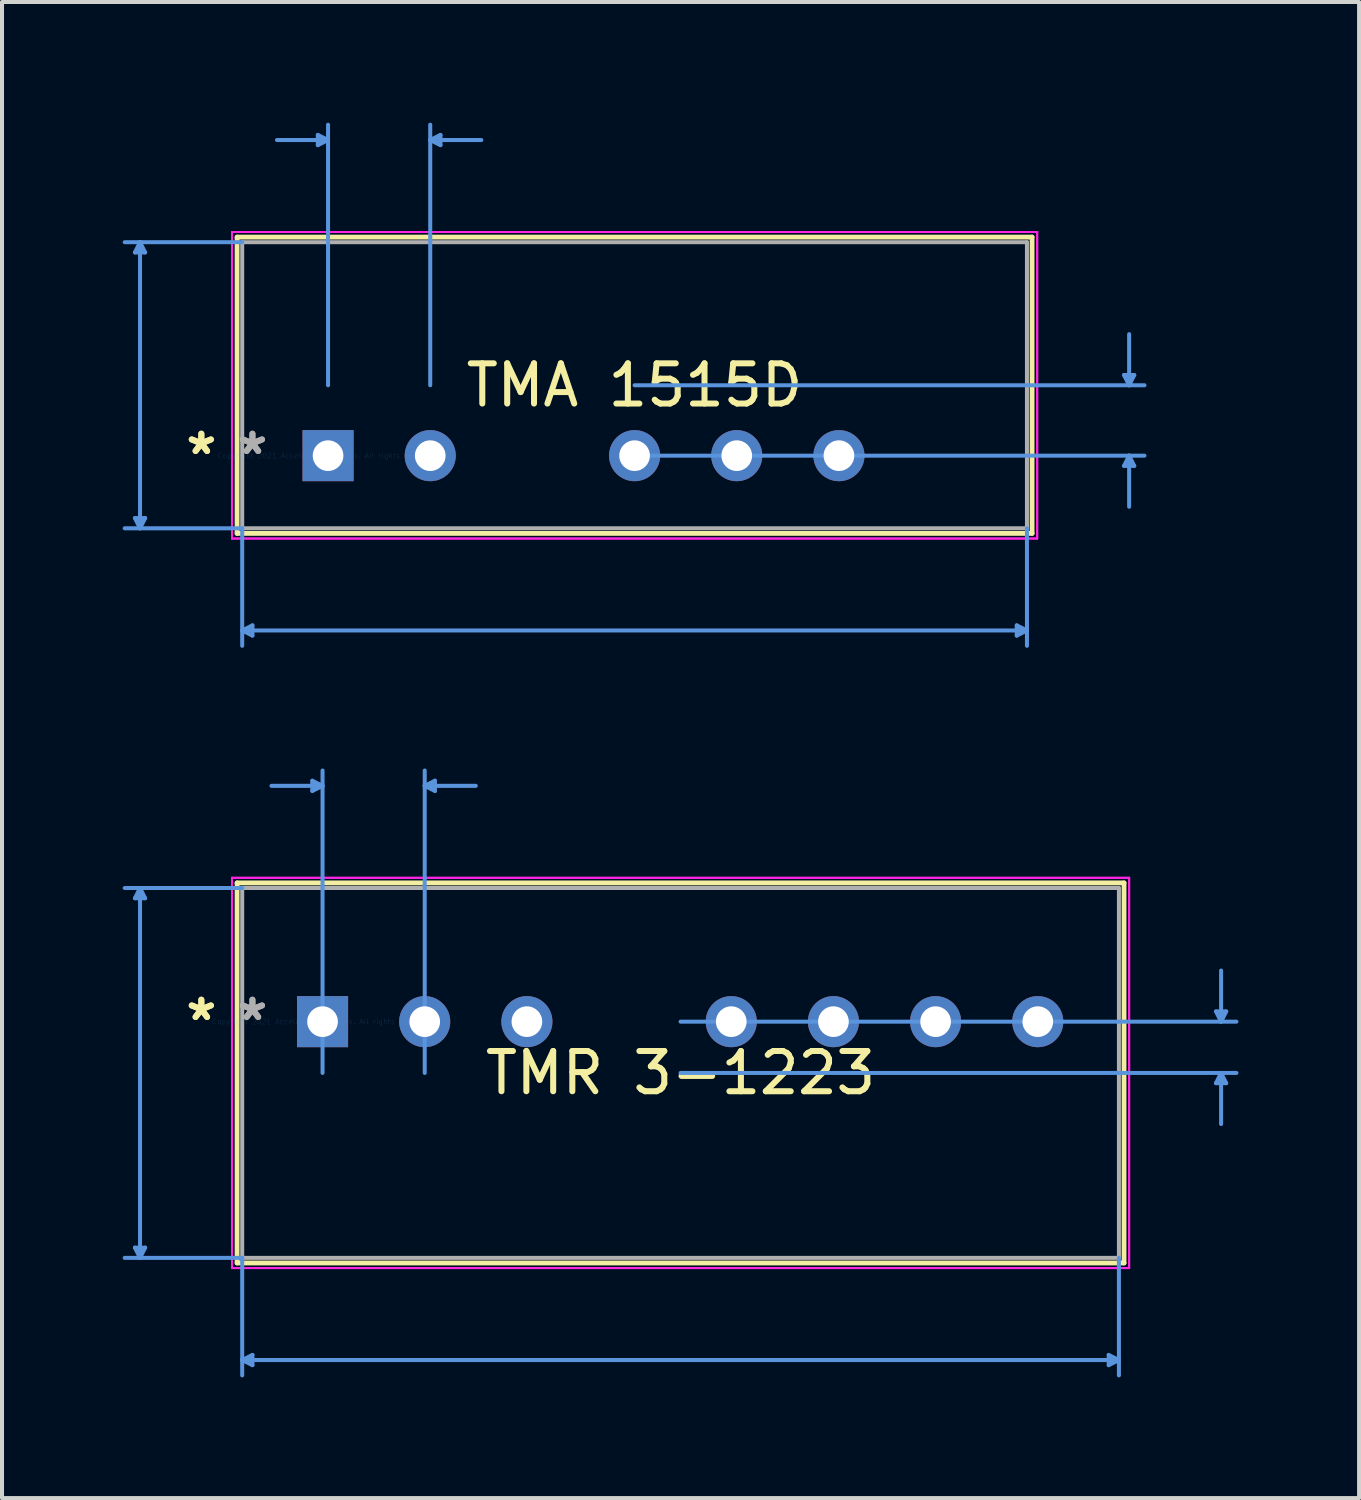
<source format=kicad_pcb>
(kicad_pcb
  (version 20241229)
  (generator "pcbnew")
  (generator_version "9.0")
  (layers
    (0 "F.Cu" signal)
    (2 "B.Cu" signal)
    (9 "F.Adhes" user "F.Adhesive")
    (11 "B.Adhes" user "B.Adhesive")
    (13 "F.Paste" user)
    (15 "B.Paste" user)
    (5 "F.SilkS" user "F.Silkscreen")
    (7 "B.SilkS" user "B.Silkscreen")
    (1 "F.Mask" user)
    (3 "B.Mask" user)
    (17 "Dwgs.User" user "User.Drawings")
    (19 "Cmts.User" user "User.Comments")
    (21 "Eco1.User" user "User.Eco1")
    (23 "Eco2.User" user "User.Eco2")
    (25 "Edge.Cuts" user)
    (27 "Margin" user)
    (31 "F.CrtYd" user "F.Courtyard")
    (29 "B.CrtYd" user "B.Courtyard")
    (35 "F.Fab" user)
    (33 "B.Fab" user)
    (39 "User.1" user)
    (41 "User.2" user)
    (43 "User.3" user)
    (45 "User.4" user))
  (footprint "TMA 1515D"
    (layer "F.Cu")
    (at 5.105 8.277)
    (property "Reference" "TMA 1515D" (at 7.62 -1.75 0) (layer "F.SilkS") (effects (font (size 1 1) (thickness 0.15))))
    (attr through_hole)
    (fp_line (start -2.261 -5.433) (end -2.261 1.933) (stroke (width 0.12) (type solid)) (layer "F.SilkS"))
    (fp_line (start -2.261 1.933) (end 17.501 1.933) (stroke (width 0.12) (type solid)) (layer "F.SilkS"))
    (fp_line (start 17.501 -5.433) (end -2.261 -5.433) (stroke (width 0.12) (type solid)) (layer "F.SilkS"))
    (fp_line (start 17.501 1.933) (end 17.501 -5.433) (stroke (width 0.12) (type solid)) (layer "F.SilkS"))
    (fp_line (start -4.801 -5.052) (end -4.547 -5.052) (stroke (width 0.1) (type solid)) (layer "Cmts.User"))
    (fp_line (start -4.801 1.552) (end -4.547 1.552) (stroke (width 0.1) (type solid)) (layer "Cmts.User"))
    (fp_line (start -4.674 -5.306) (end -4.801 -5.052) (stroke (width 0.1) (type solid)) (layer "Cmts.User"))
    (fp_line (start -4.674 -5.306) (end -4.674 1.806) (stroke (width 0.1) (type solid)) (layer "Cmts.User"))
    (fp_line (start -4.674 -5.306) (end -4.547 -5.052) (stroke (width 0.1) (type solid)) (layer "Cmts.User"))
    (fp_line (start -4.674 1.806) (end -4.801 1.552) (stroke (width 0.1) (type solid)) (layer "Cmts.User"))
    (fp_line (start -4.674 1.806) (end -4.547 1.552) (stroke (width 0.1) (type solid)) (layer "Cmts.User"))
    (fp_line (start -2.134 -5.306) (end -5.055 -5.306) (stroke (width 0.1) (type solid)) (layer "Cmts.User"))
    (fp_line (start -2.134 1.806) (end -5.055 1.806) (stroke (width 0.1) (type solid)) (layer "Cmts.User"))
    (fp_line (start -2.134 1.806) (end -2.134 4.727) (stroke (width 0.1) (type solid)) (layer "Cmts.User"))
    (fp_line (start -2.134 4.346) (end -1.88 4.219) (stroke (width 0.1) (type solid)) (layer "Cmts.User"))
    (fp_line (start -2.134 4.346) (end -1.88 4.473) (stroke (width 0.1) (type solid)) (layer "Cmts.User"))
    (fp_line (start -2.134 4.346) (end 17.374 4.346) (stroke (width 0.1) (type solid)) (layer "Cmts.User"))
    (fp_line (start -1.88 4.219) (end -1.88 4.473) (stroke (width 0.1) (type solid)) (layer "Cmts.User"))
    (fp_line (start -0.254 -7.973) (end -0.254 -7.719) (stroke (width 0.1) (type solid)) (layer "Cmts.User"))
    (fp_line (start 0 -7.846) (end -1.27 -7.846) (stroke (width 0.1) (type solid)) (layer "Cmts.User"))
    (fp_line (start 0 -7.846) (end -0.254 -7.973) (stroke (width 0.1) (type solid)) (layer "Cmts.User"))
    (fp_line (start 0 -7.846) (end -0.254 -7.719) (stroke (width 0.1) (type solid)) (layer "Cmts.User"))
    (fp_line (start 0 -1.75) (end 0 -8.227) (stroke (width 0.1) (type solid)) (layer "Cmts.User"))
    (fp_line (start 2.54 -7.846) (end 2.794 -7.973) (stroke (width 0.1) (type solid)) (layer "Cmts.User"))
    (fp_line (start 2.54 -7.846) (end 2.794 -7.719) (stroke (width 0.1) (type solid)) (layer "Cmts.User"))
    (fp_line (start 2.54 -7.846) (end 3.81 -7.846) (stroke (width 0.1) (type solid)) (layer "Cmts.User"))
    (fp_line (start 2.54 -1.75) (end 2.54 -8.227) (stroke (width 0.1) (type solid)) (layer "Cmts.User"))
    (fp_line (start 2.794 -7.973) (end 2.794 -7.719) (stroke (width 0.1) (type solid)) (layer "Cmts.User"))
    (fp_line (start 7.62 -1.75) (end 20.295 -1.75) (stroke (width 0.1) (type solid)) (layer "Cmts.User"))
    (fp_line (start 7.62 0) (end 20.295 0) (stroke (width 0.1) (type solid)) (layer "Cmts.User"))
    (fp_line (start 17.12 4.219) (end 17.12 4.473) (stroke (width 0.1) (type solid)) (layer "Cmts.User"))
    (fp_line (start 17.374 1.806) (end 17.374 4.727) (stroke (width 0.1) (type solid)) (layer "Cmts.User"))
    (fp_line (start 17.374 4.346) (end 17.12 4.219) (stroke (width 0.1) (type solid)) (layer "Cmts.User"))
    (fp_line (start 17.374 4.346) (end 17.12 4.473) (stroke (width 0.1) (type solid)) (layer "Cmts.User"))
    (fp_line (start 19.787 -2.004) (end 20.041 -2.004) (stroke (width 0.1) (type solid)) (layer "Cmts.User"))
    (fp_line (start 19.787 0.254) (end 20.041 0.254) (stroke (width 0.1) (type solid)) (layer "Cmts.User"))
    (fp_line (start 19.914 -1.75) (end 19.787 -2.004) (stroke (width 0.1) (type solid)) (layer "Cmts.User"))
    (fp_line (start 19.914 -1.75) (end 19.914 -3.02) (stroke (width 0.1) (type solid)) (layer "Cmts.User"))
    (fp_line (start 19.914 -1.75) (end 20.041 -2.004) (stroke (width 0.1) (type solid)) (layer "Cmts.User"))
    (fp_line (start 19.914 0) (end 19.787 0.254) (stroke (width 0.1) (type solid)) (layer "Cmts.User"))
    (fp_line (start 19.914 0) (end 19.914 1.27) (stroke (width 0.1) (type solid)) (layer "Cmts.User"))
    (fp_line (start 19.914 0) (end 20.041 0.254) (stroke (width 0.1) (type solid)) (layer "Cmts.User"))
    (fp_line (start -2.388 -5.56) (end 17.628 -5.56) (stroke (width 0.05) (type solid)) (layer "F.CrtYd"))
    (fp_line (start -2.388 -5.56) (end 17.628 -5.56) (stroke (width 0.05) (type solid)) (layer "F.CrtYd"))
    (fp_line (start -2.388 2.06) (end -2.388 -5.56) (stroke (width 0.05) (type solid)) (layer "F.CrtYd"))
    (fp_line (start -2.388 2.06) (end -2.388 -5.56) (stroke (width 0.05) (type solid)) (layer "F.CrtYd"))
    (fp_line (start 17.628 -5.56) (end 17.628 2.06) (stroke (width 0.05) (type solid)) (layer "F.CrtYd"))
    (fp_line (start 17.628 -5.56) (end 17.628 2.06) (stroke (width 0.05) (type solid)) (layer "F.CrtYd"))
    (fp_line (start 17.628 2.06) (end -2.388 2.06) (stroke (width 0.05) (type solid)) (layer "F.CrtYd"))
    (fp_line (start 17.628 2.06) (end -2.388 2.06) (stroke (width 0.05) (type solid)) (layer "F.CrtYd"))
    (fp_line (start -2.134 -5.306) (end -2.134 1.806) (stroke (width 0.1) (type solid)) (layer "F.Fab"))
    (fp_line (start -2.134 1.806) (end 17.374 1.806) (stroke (width 0.1) (type solid)) (layer "F.Fab"))
    (fp_line (start 17.374 -5.306) (end -2.134 -5.306) (stroke (width 0.1) (type solid)) (layer "F.Fab"))
    (fp_line (start 17.374 1.806) (end 17.374 -5.306) (stroke (width 0.1) (type solid)) (layer "F.Fab"))
    (fp_text user "*" (at -3.15 0 0) (layer "F.SilkS") (effects (font (size 1 1) (thickness 0.15))))
    (fp_text user "*" (at -3.15 0 0) (layer "F.SilkS") (effects (font (size 1 1) (thickness 0.15))))
    (fp_text user "Copyright 2021 Accelerated Designs. All rights reserved." (at 0 0 0) (layer "Cmts.User") (effects (font (size 0.127 0.127) (thickness 0.002))))
    (fp_text user "*" (at -1.88 0 0) (layer "F.Fab") (effects (font (size 1 1) (thickness 0.15))))
    (fp_text user "*" (at -1.88 0 0) (layer "F.Fab") (effects (font (size 1 1) (thickness 0.15))))
    (pad "1" thru_hole rect (at 0 0) (size 1.27 1.27) (drill 0.762) (layers "*.Cu" "*.Mask"))
    (pad "2" thru_hole circle (at 2.54 0) (size 1.27 1.27) (drill 0.762) (layers "*.Cu" "*.Mask"))
    (pad "4" thru_hole circle (at 7.62 0) (size 1.27 1.27) (drill 0.762) (layers "*.Cu" "*.Mask"))
    (pad "5" thru_hole circle (at 10.16 0) (size 1.27 1.27) (drill 0.762) (layers "*.Cu" "*.Mask"))
    (pad "6" thru_hole circle (at 12.7 0) (size 1.27 1.27) (drill 0.762) (layers "*.Cu" "*.Mask")))
  (footprint "TMR 3-1223"
    (layer "F.Cu")
    (at 4.968 22.347)
    (property "Reference" "TMR 3-1223" (at 8.9 1.275 0) (layer "F.SilkS") (effects (font (size 1 1) (thickness 0.15))))
    (attr through_hole)
    (fp_line (start -2.124 -3.449) (end -2.124 5.999) (stroke (width 0.12) (type solid)) (layer "F.SilkS"))
    (fp_line (start -2.124 5.999) (end 19.924 5.999) (stroke (width 0.12) (type solid)) (layer "F.SilkS"))
    (fp_line (start 19.924 -3.449) (end -2.124 -3.449) (stroke (width 0.12) (type solid)) (layer "F.SilkS"))
    (fp_line (start 19.924 5.999) (end 19.924 -3.449) (stroke (width 0.12) (type solid)) (layer "F.SilkS"))
    (fp_line (start -4.664 -3.068) (end -4.41 -3.068) (stroke (width 0.1) (type solid)) (layer "Cmts.User"))
    (fp_line (start -4.664 5.618) (end -4.41 5.618) (stroke (width 0.1) (type solid)) (layer "Cmts.User"))
    (fp_line (start -4.537 -3.322) (end -4.664 -3.068) (stroke (width 0.1) (type solid)) (layer "Cmts.User"))
    (fp_line (start -4.537 -3.322) (end -4.537 5.872) (stroke (width 0.1) (type solid)) (layer "Cmts.User"))
    (fp_line (start -4.537 -3.322) (end -4.41 -3.068) (stroke (width 0.1) (type solid)) (layer "Cmts.User"))
    (fp_line (start -4.537 5.872) (end -4.664 5.618) (stroke (width 0.1) (type solid)) (layer "Cmts.User"))
    (fp_line (start -4.537 5.872) (end -4.41 5.618) (stroke (width 0.1) (type solid)) (layer "Cmts.User"))
    (fp_line (start -1.997 -3.322) (end -4.918 -3.322) (stroke (width 0.1) (type solid)) (layer "Cmts.User"))
    (fp_line (start -1.997 5.872) (end -4.918 5.872) (stroke (width 0.1) (type solid)) (layer "Cmts.User"))
    (fp_line (start -1.997 5.872) (end -1.997 8.793) (stroke (width 0.1) (type solid)) (layer "Cmts.User"))
    (fp_line (start -1.997 8.412) (end -1.743 8.285) (stroke (width 0.1) (type solid)) (layer "Cmts.User"))
    (fp_line (start -1.997 8.412) (end -1.743 8.539) (stroke (width 0.1) (type solid)) (layer "Cmts.User"))
    (fp_line (start -1.997 8.412) (end 19.797 8.412) (stroke (width 0.1) (type solid)) (layer "Cmts.User"))
    (fp_line (start -1.743 8.285) (end -1.743 8.539) (stroke (width 0.1) (type solid)) (layer "Cmts.User"))
    (fp_line (start -0.254 -5.989) (end -0.254 -5.735) (stroke (width 0.1) (type solid)) (layer "Cmts.User"))
    (fp_line (start 0 -5.862) (end -1.27 -5.862) (stroke (width 0.1) (type solid)) (layer "Cmts.User"))
    (fp_line (start 0 -5.862) (end -0.254 -5.989) (stroke (width 0.1) (type solid)) (layer "Cmts.User"))
    (fp_line (start 0 -5.862) (end -0.254 -5.735) (stroke (width 0.1) (type solid)) (layer "Cmts.User"))
    (fp_line (start 0 1.275) (end 0 -6.243) (stroke (width 0.1) (type solid)) (layer "Cmts.User"))
    (fp_line (start 2.54 -5.862) (end 2.794 -5.989) (stroke (width 0.1) (type solid)) (layer "Cmts.User"))
    (fp_line (start 2.54 -5.862) (end 2.794 -5.735) (stroke (width 0.1) (type solid)) (layer "Cmts.User"))
    (fp_line (start 2.54 -5.862) (end 3.81 -5.862) (stroke (width 0.1) (type solid)) (layer "Cmts.User"))
    (fp_line (start 2.54 1.275) (end 2.54 -6.243) (stroke (width 0.1) (type solid)) (layer "Cmts.User"))
    (fp_line (start 2.794 -5.989) (end 2.794 -5.735) (stroke (width 0.1) (type solid)) (layer "Cmts.User"))
    (fp_line (start 8.9 0) (end 22.718 0) (stroke (width 0.1) (type solid)) (layer "Cmts.User"))
    (fp_line (start 8.9 1.275) (end 22.718 1.275) (stroke (width 0.1) (type solid)) (layer "Cmts.User"))
    (fp_line (start 19.543 8.285) (end 19.543 8.539) (stroke (width 0.1) (type solid)) (layer "Cmts.User"))
    (fp_line (start 19.797 5.872) (end 19.797 8.793) (stroke (width 0.1) (type solid)) (layer "Cmts.User"))
    (fp_line (start 19.797 8.412) (end 19.543 8.285) (stroke (width 0.1) (type solid)) (layer "Cmts.User"))
    (fp_line (start 19.797 8.412) (end 19.543 8.539) (stroke (width 0.1) (type solid)) (layer "Cmts.User"))
    (fp_line (start 22.21 -0.254) (end 22.464 -0.254) (stroke (width 0.1) (type solid)) (layer "Cmts.User"))
    (fp_line (start 22.21 1.529) (end 22.464 1.529) (stroke (width 0.1) (type solid)) (layer "Cmts.User"))
    (fp_line (start 22.337 0) (end 22.21 -0.254) (stroke (width 0.1) (type solid)) (layer "Cmts.User"))
    (fp_line (start 22.337 0) (end 22.337 -1.27) (stroke (width 0.1) (type solid)) (layer "Cmts.User"))
    (fp_line (start 22.337 0) (end 22.464 -0.254) (stroke (width 0.1) (type solid)) (layer "Cmts.User"))
    (fp_line (start 22.337 1.275) (end 22.21 1.529) (stroke (width 0.1) (type solid)) (layer "Cmts.User"))
    (fp_line (start 22.337 1.275) (end 22.337 2.545) (stroke (width 0.1) (type solid)) (layer "Cmts.User"))
    (fp_line (start 22.337 1.275) (end 22.464 1.529) (stroke (width 0.1) (type solid)) (layer "Cmts.User"))
    (fp_line (start -2.251 -3.576) (end 20.051 -3.576) (stroke (width 0.05) (type solid)) (layer "F.CrtYd"))
    (fp_line (start -2.251 -3.576) (end 20.051 -3.576) (stroke (width 0.05) (type solid)) (layer "F.CrtYd"))
    (fp_line (start -2.251 6.126) (end -2.251 -3.576) (stroke (width 0.05) (type solid)) (layer "F.CrtYd"))
    (fp_line (start -2.251 6.126) (end -2.251 -3.576) (stroke (width 0.05) (type solid)) (layer "F.CrtYd"))
    (fp_line (start 20.051 -3.576) (end 20.051 6.126) (stroke (width 0.05) (type solid)) (layer "F.CrtYd"))
    (fp_line (start 20.051 -3.576) (end 20.051 6.126) (stroke (width 0.05) (type solid)) (layer "F.CrtYd"))
    (fp_line (start 20.051 6.126) (end -2.251 6.126) (stroke (width 0.05) (type solid)) (layer "F.CrtYd"))
    (fp_line (start 20.051 6.126) (end -2.251 6.126) (stroke (width 0.05) (type solid)) (layer "F.CrtYd"))
    (fp_line (start -1.997 -3.322) (end -1.997 5.872) (stroke (width 0.1) (type solid)) (layer "F.Fab"))
    (fp_line (start -1.997 5.872) (end 19.797 5.872) (stroke (width 0.1) (type solid)) (layer "F.Fab"))
    (fp_line (start 19.797 -3.322) (end -1.997 -3.322) (stroke (width 0.1) (type solid)) (layer "F.Fab"))
    (fp_line (start 19.797 5.872) (end 19.797 -3.322) (stroke (width 0.1) (type solid)) (layer "F.Fab"))
    (fp_text user "*" (at -3.013 0 0) (layer "F.SilkS") (effects (font (size 1 1) (thickness 0.15))))
    (fp_text user "*" (at -3.013 0 0) (layer "F.SilkS") (effects (font (size 1 1) (thickness 0.15))))
    (fp_text user "Copyright 2021 Accelerated Designs. All rights reserved." (at 0 0 0) (layer "Cmts.User") (effects (font (size 0.127 0.127) (thickness 0.002))))
    (fp_text user "*" (at -1.743 0 0) (layer "F.Fab") (effects (font (size 1 1) (thickness 0.15))))
    (fp_text user "*" (at -1.743 0 0) (layer "F.Fab") (effects (font (size 1 1) (thickness 0.15))))
    (pad "1" thru_hole rect (at 0 0.000001) (size 1.27 1.27) (drill 0.762) (layers "*.Cu" "*.Mask"))
    (pad "2" thru_hole circle (at 2.54 0.000001) (size 1.27 1.27) (drill 0.762) (layers "*.Cu" "*.Mask"))
    (pad "3" thru_hole circle (at 5.08 0.000001) (size 1.27 1.27) (drill 0.762) (layers "*.Cu" "*.Mask"))
    (pad "5" thru_hole circle (at 10.16 0.000001) (size 1.27 1.27) (drill 0.762) (layers "*.Cu" "*.Mask"))
    (pad "6" thru_hole circle (at 12.7 0.000001) (size 1.27 1.27) (drill 0.762) (layers "*.Cu" "*.Mask"))
    (pad "7" thru_hole circle (at 15.24 0.000001) (size 1.27 1.27) (drill 0.762) (layers "*.Cu" "*.Mask"))
    (pad "8" thru_hole circle (at 17.78 0.000001) (size 1.27 1.27) (drill 0.762) (layers "*.Cu" "*.Mask")))
  (gr_rect
    (start -3 -3)
    (end 30.735 34.191)
    (stroke (width 0.1) (type default))
    (fill no)
    (layer "Edge.Cuts")))
</source>
